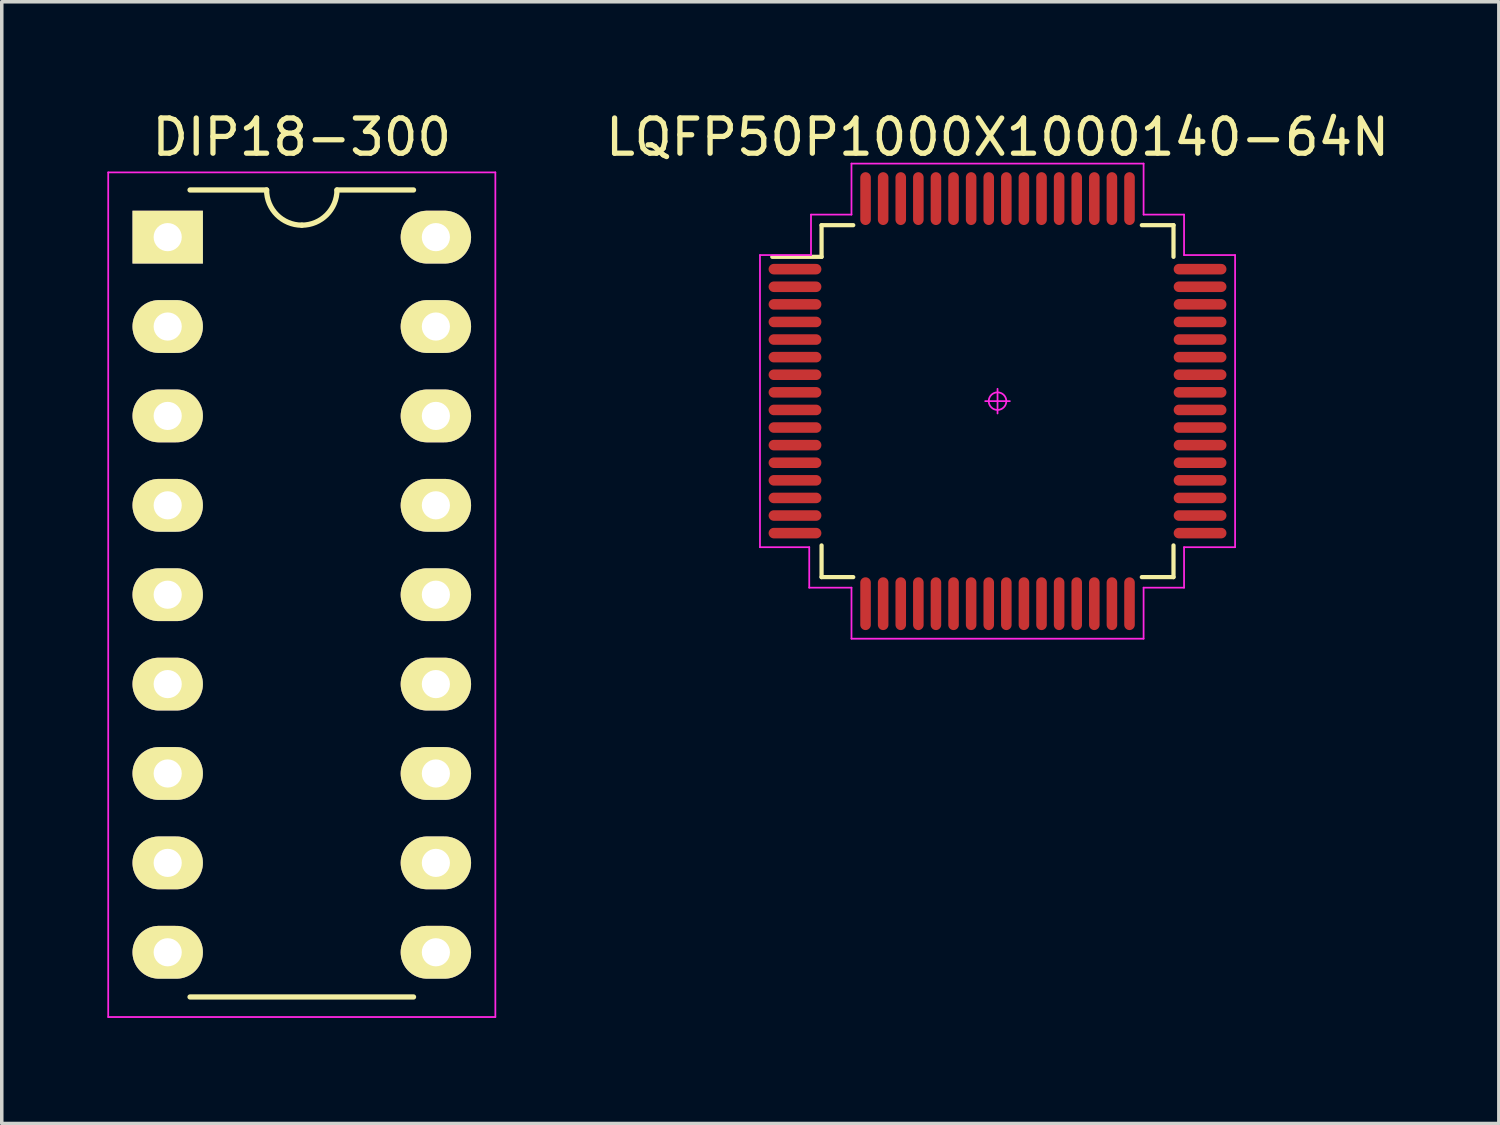
<source format=kicad_pcb>
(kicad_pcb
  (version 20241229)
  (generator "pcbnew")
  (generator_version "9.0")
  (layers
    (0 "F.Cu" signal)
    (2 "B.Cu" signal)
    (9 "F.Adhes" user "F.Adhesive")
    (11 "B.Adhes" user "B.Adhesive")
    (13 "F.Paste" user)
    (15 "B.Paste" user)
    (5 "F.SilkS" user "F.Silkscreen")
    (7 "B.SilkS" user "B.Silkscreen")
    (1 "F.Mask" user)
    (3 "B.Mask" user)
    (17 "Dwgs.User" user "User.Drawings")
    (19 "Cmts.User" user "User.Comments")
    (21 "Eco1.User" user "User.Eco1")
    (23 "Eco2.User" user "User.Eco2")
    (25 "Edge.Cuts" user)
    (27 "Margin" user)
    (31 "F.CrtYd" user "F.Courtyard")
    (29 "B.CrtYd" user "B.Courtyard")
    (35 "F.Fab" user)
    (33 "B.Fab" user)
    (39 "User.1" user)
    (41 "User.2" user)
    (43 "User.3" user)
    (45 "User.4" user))
  (footprint "DIP18-300"
    (layer "F.Cu")
    (at 5.525 13.848)
    (property "Reference" "DIP18-300" (at 0 -13 0) (layer "F.SilkS") (effects (font (size 1 1) (thickness 0.15))))
    (attr through_hole)
    (fp_line (start -3.175 11.43) (end 3.175 11.43) (stroke (width 0.15) (type solid)) (layer "F.SilkS"))
    (fp_line (start -1 -11.5) (end -3.175 -11.5) (stroke (width 0.15) (type solid)) (layer "F.SilkS"))
    (fp_line (start 1 -11.5) (end 3.175 -11.5) (stroke (width 0.15) (type solid)) (layer "F.SilkS"))
    (fp_arc (start 0 -10.5) (mid -0.707107 -10.792893) (end -1 -11.5) (stroke (width 0.15) (type solid)) (layer "F.SilkS"))
    (fp_arc (start 1 -11.5) (mid 0.707107 -10.792893) (end 0 -10.5) (stroke (width 0.15) (type solid)) (layer "F.SilkS"))
    (fp_line (start -5.5 -12) (end 5.5 -12) (stroke (width 0.05) (type solid)) (layer "F.CrtYd"))
    (fp_line (start -5.5 12) (end -5.5 -12) (stroke (width 0.05) (type solid)) (layer "F.CrtYd"))
    (fp_line (start 5.5 -12) (end 5.5 12) (stroke (width 0.05) (type solid)) (layer "F.CrtYd"))
    (fp_line (start 5.5 12) (end -5.5 12) (stroke (width 0.05) (type solid)) (layer "F.CrtYd"))
    (pad "1" thru_hole rect (at -3.81 -10.16) (size 2 1.5) (drill 0.8) (layers "*.Cu" "*.Mask" "F.SilkS"))
    (pad "2" thru_hole oval (at -3.81 -7.62) (size 2 1.5) (drill 0.8) (layers "*.Cu" "*.Mask" "F.SilkS"))
    (pad "3" thru_hole oval (at -3.81 -5.08) (size 2 1.5) (drill 0.8) (layers "*.Cu" "*.Mask" "F.SilkS"))
    (pad "4" thru_hole oval (at -3.81 -2.54) (size 2 1.5) (drill 0.8) (layers "*.Cu" "*.Mask" "F.SilkS"))
    (pad "5" thru_hole oval (at -3.81 0) (size 2 1.5) (drill 0.8) (layers "*.Cu" "*.Mask" "F.SilkS"))
    (pad "6" thru_hole oval (at -3.81 2.54) (size 2 1.5) (drill 0.8) (layers "*.Cu" "*.Mask" "F.SilkS"))
    (pad "7" thru_hole oval (at -3.81 5.08) (size 2 1.5) (drill 0.8) (layers "*.Cu" "*.Mask" "F.SilkS"))
    (pad "8" thru_hole oval (at -3.81 7.62) (size 2 1.5) (drill 0.8) (layers "*.Cu" "*.Mask" "F.SilkS"))
    (pad "9" thru_hole oval (at -3.81 10.16) (size 2 1.5) (drill 0.8) (layers "*.Cu" "*.Mask" "F.SilkS"))
    (pad "10" thru_hole oval (at 3.81 10.16) (size 2 1.5) (drill 0.8) (layers "*.Cu" "*.Mask" "F.SilkS"))
    (pad "11" thru_hole oval (at 3.81 7.62) (size 2 1.5) (drill 0.8) (layers "*.Cu" "*.Mask" "F.SilkS"))
    (pad "12" thru_hole oval (at 3.81 5.08) (size 2 1.5) (drill 0.8) (layers "*.Cu" "*.Mask" "F.SilkS"))
    (pad "13" thru_hole oval (at 3.81 2.54) (size 2 1.5) (drill 0.8) (layers "*.Cu" "*.Mask" "F.SilkS"))
    (pad "14" thru_hole oval (at 3.81 0) (size 2 1.5) (drill 0.8) (layers "*.Cu" "*.Mask" "F.SilkS"))
    (pad "15" thru_hole oval (at 3.81 -2.54) (size 2 1.5) (drill 0.8) (layers "*.Cu" "*.Mask" "F.SilkS"))
    (pad "16" thru_hole oval (at 3.81 -5.08) (size 2 1.5) (drill 0.8) (layers "*.Cu" "*.Mask" "F.SilkS"))
    (pad "17" thru_hole oval (at 3.81 -7.62) (size 2 1.5) (drill 0.8) (layers "*.Cu" "*.Mask" "F.SilkS"))
    (pad "18" thru_hole oval (at 3.81 -10.16) (size 2 1.5) (drill 0.8) (layers "*.Cu" "*.Mask" "F.SilkS")))
  (footprint "LQFP50P1000X1000140-64N"
    (layer "F.Cu")
    (at 25.294 8.348)
    (property "Reference" "LQFP50P1000X1000140-64N" (at 0 -7.5 0) (layer "F.SilkS") (effects (font (size 1 1) (thickness 0.15))))
    (attr through_hole)
    (fp_line (start -5 -5) (end -5 -4.1) (stroke (width 0.12) (type solid)) (layer "F.SilkS"))
    (fp_line (start -5 -4.1) (end -6.4 -4.1) (stroke (width 0.12) (type solid)) (layer "F.SilkS"))
    (fp_line (start -5 5) (end -5 4.1) (stroke (width 0.12) (type solid)) (layer "F.SilkS"))
    (fp_line (start -5 5) (end -4.1 5) (stroke (width 0.12) (type solid)) (layer "F.SilkS"))
    (fp_line (start -4.1 -5) (end -5 -5) (stroke (width 0.12) (type solid)) (layer "F.SilkS"))
    (fp_line (start 5 -5) (end 4.1 -5) (stroke (width 0.12) (type solid)) (layer "F.SilkS"))
    (fp_line (start 5 -5) (end 5 -4.1) (stroke (width 0.12) (type solid)) (layer "F.SilkS"))
    (fp_line (start 5 5) (end 4.1 5) (stroke (width 0.12) (type solid)) (layer "F.SilkS"))
    (fp_line (start 5 5) (end 5 4.1) (stroke (width 0.12) (type solid)) (layer "F.SilkS"))
    (fp_line (start -6.75 -4.15) (end -6.75 4.15) (stroke (width 0.05) (type solid)) (layer "F.CrtYd"))
    (fp_line (start -6.75 4.15) (end -5.35 4.15) (stroke (width 0.05) (type solid)) (layer "F.CrtYd"))
    (fp_line (start -5.35 4.15) (end -5.35 5.3) (stroke (width 0.05) (type solid)) (layer "F.CrtYd"))
    (fp_line (start -5.35 5.3) (end -4.15 5.3) (stroke (width 0.05) (type solid)) (layer "F.CrtYd"))
    (fp_line (start -5.3 -5.3) (end -5.3 -4.15) (stroke (width 0.05) (type solid)) (layer "F.CrtYd"))
    (fp_line (start -5.3 -4.15) (end -6.75 -4.15) (stroke (width 0.05) (type solid)) (layer "F.CrtYd"))
    (fp_line (start -4.15 -6.75) (end -4.15 -5.3) (stroke (width 0.05) (type solid)) (layer "F.CrtYd"))
    (fp_line (start -4.15 -5.3) (end -5.3 -5.3) (stroke (width 0.05) (type solid)) (layer "F.CrtYd"))
    (fp_line (start -4.15 5.3) (end -4.15 6.75) (stroke (width 0.05) (type solid)) (layer "F.CrtYd"))
    (fp_line (start -4.15 6.75) (end 4.15 6.75) (stroke (width 0.05) (type solid)) (layer "F.CrtYd"))
    (fp_line (start 0 -0.35) (end 0 0.35) (stroke (width 0.05) (type solid)) (layer "F.CrtYd"))
    (fp_line (start 0.35 0) (end -0.35 0) (stroke (width 0.05) (type solid)) (layer "F.CrtYd"))
    (fp_line (start 4.15 -6.75) (end -4.15 -6.75) (stroke (width 0.05) (type solid)) (layer "F.CrtYd"))
    (fp_line (start 4.15 -5.3) (end 4.15 -6.75) (stroke (width 0.05) (type solid)) (layer "F.CrtYd"))
    (fp_line (start 4.15 5.3) (end 5.3 5.3) (stroke (width 0.05) (type solid)) (layer "F.CrtYd"))
    (fp_line (start 4.15 6.75) (end 4.15 5.3) (stroke (width 0.05) (type solid)) (layer "F.CrtYd"))
    (fp_line (start 5.3 -5.3) (end 4.15 -5.3) (stroke (width 0.05) (type solid)) (layer "F.CrtYd"))
    (fp_line (start 5.3 -4.15) (end 5.3 -5.3) (stroke (width 0.05) (type solid)) (layer "F.CrtYd"))
    (fp_line (start 5.3 4.15) (end 6.75 4.15) (stroke (width 0.05) (type solid)) (layer "F.CrtYd"))
    (fp_line (start 5.3 5.3) (end 5.3 4.15) (stroke (width 0.05) (type solid)) (layer "F.CrtYd"))
    (fp_line (start 6.75 -4.15) (end 5.3 -4.15) (stroke (width 0.05) (type solid)) (layer "F.CrtYd"))
    (fp_line (start 6.75 4.15) (end 6.75 -4.15) (stroke (width 0.05) (type solid)) (layer "F.CrtYd"))
    (fp_circle (center 0 0) (end 0.25 0) (stroke (width 0.05) (type solid)) (fill no) (layer "F.CrtYd"))
    (pad "1" smd oval (at -5.755 -3.75 90) (size 0.3 1.5) (layers "F.Cu" "F.Mask" "F.Paste"))
    (pad "2" smd oval (at -5.755 -3.25 90) (size 0.3 1.5) (layers "F.Cu" "F.Mask" "F.Paste"))
    (pad "3" smd oval (at -5.755 -2.75 90) (size 0.3 1.5) (layers "F.Cu" "F.Mask" "F.Paste"))
    (pad "4" smd oval (at -5.755 -2.25 90) (size 0.3 1.5) (layers "F.Cu" "F.Mask" "F.Paste"))
    (pad "5" smd oval (at -5.755 -1.75 90) (size 0.3 1.5) (layers "F.Cu" "F.Mask" "F.Paste"))
    (pad "6" smd oval (at -5.755 -1.25 90) (size 0.3 1.5) (layers "F.Cu" "F.Mask" "F.Paste"))
    (pad "7" smd oval (at -5.755 -0.75 90) (size 0.3 1.5) (layers "F.Cu" "F.Mask" "F.Paste"))
    (pad "8" smd oval (at -5.755 -0.25 90) (size 0.3 1.5) (layers "F.Cu" "F.Mask" "F.Paste"))
    (pad "9" smd oval (at -5.755 0.25 90) (size 0.3 1.5) (layers "F.Cu" "F.Mask" "F.Paste"))
    (pad "10" smd oval (at -5.755 0.75 90) (size 0.3 1.5) (layers "F.Cu" "F.Mask" "F.Paste"))
    (pad "11" smd oval (at -5.755 1.25 90) (size 0.3 1.5) (layers "F.Cu" "F.Mask" "F.Paste"))
    (pad "12" smd oval (at -5.755 1.75 90) (size 0.3 1.5) (layers "F.Cu" "F.Mask" "F.Paste"))
    (pad "13" smd oval (at -5.755 2.25 90) (size 0.3 1.5) (layers "F.Cu" "F.Mask" "F.Paste"))
    (pad "14" smd oval (at -5.755 2.75 90) (size 0.3 1.5) (layers "F.Cu" "F.Mask" "F.Paste"))
    (pad "15" smd oval (at -5.755 3.25 90) (size 0.3 1.5) (layers "F.Cu" "F.Mask" "F.Paste"))
    (pad "16" smd oval (at -5.755 3.75 90) (size 0.3 1.5) (layers "F.Cu" "F.Mask" "F.Paste"))
    (pad "17" smd oval (at -3.75 5.755) (size 0.3 1.5) (layers "F.Cu" "F.Mask" "F.Paste"))
    (pad "18" smd oval (at -3.25 5.755) (size 0.3 1.5) (layers "F.Cu" "F.Mask" "F.Paste"))
    (pad "19" smd oval (at -2.75 5.755) (size 0.3 1.5) (layers "F.Cu" "F.Mask" "F.Paste"))
    (pad "20" smd oval (at -2.25 5.755) (size 0.3 1.5) (layers "F.Cu" "F.Mask" "F.Paste"))
    (pad "21" smd oval (at -1.75 5.755) (size 0.3 1.5) (layers "F.Cu" "F.Mask" "F.Paste"))
    (pad "22" smd oval (at -1.25 5.755) (size 0.3 1.5) (layers "F.Cu" "F.Mask" "F.Paste"))
    (pad "23" smd oval (at -0.75 5.755) (size 0.3 1.5) (layers "F.Cu" "F.Mask" "F.Paste"))
    (pad "24" smd oval (at -0.25 5.755) (size 0.3 1.5) (layers "F.Cu" "F.Mask" "F.Paste"))
    (pad "25" smd oval (at 0.25 5.755) (size 0.3 1.5) (layers "F.Cu" "F.Mask" "F.Paste"))
    (pad "26" smd oval (at 0.75 5.755) (size 0.3 1.5) (layers "F.Cu" "F.Mask" "F.Paste"))
    (pad "27" smd oval (at 1.25 5.755) (size 0.3 1.5) (layers "F.Cu" "F.Mask" "F.Paste"))
    (pad "28" smd oval (at 1.75 5.755) (size 0.3 1.5) (layers "F.Cu" "F.Mask" "F.Paste"))
    (pad "29" smd oval (at 2.25 5.755) (size 0.3 1.5) (layers "F.Cu" "F.Mask" "F.Paste"))
    (pad "30" smd oval (at 2.75 5.755) (size 0.3 1.5) (layers "F.Cu" "F.Mask" "F.Paste"))
    (pad "31" smd oval (at 3.25 5.755) (size 0.3 1.5) (layers "F.Cu" "F.Mask" "F.Paste"))
    (pad "32" smd oval (at 3.75 5.755) (size 0.3 1.5) (layers "F.Cu" "F.Mask" "F.Paste"))
    (pad "33" smd oval (at 5.755 3.75 90) (size 0.3 1.5) (layers "F.Cu" "F.Mask" "F.Paste"))
    (pad "34" smd oval (at 5.755 3.25 90) (size 0.3 1.5) (layers "F.Cu" "F.Mask" "F.Paste"))
    (pad "35" smd oval (at 5.755 2.75 90) (size 0.3 1.5) (layers "F.Cu" "F.Mask" "F.Paste"))
    (pad "36" smd oval (at 5.755 2.25 90) (size 0.3 1.5) (layers "F.Cu" "F.Mask" "F.Paste"))
    (pad "37" smd oval (at 5.755 1.75 90) (size 0.3 1.5) (layers "F.Cu" "F.Mask" "F.Paste"))
    (pad "38" smd oval (at 5.755 1.25 90) (size 0.3 1.5) (layers "F.Cu" "F.Mask" "F.Paste"))
    (pad "39" smd oval (at 5.755 0.75 90) (size 0.3 1.5) (layers "F.Cu" "F.Mask" "F.Paste"))
    (pad "40" smd oval (at 5.755 0.25 90) (size 0.3 1.5) (layers "F.Cu" "F.Mask" "F.Paste"))
    (pad "41" smd oval (at 5.755 -0.25 90) (size 0.3 1.5) (layers "F.Cu" "F.Mask" "F.Paste"))
    (pad "42" smd oval (at 5.755 -0.75 90) (size 0.3 1.5) (layers "F.Cu" "F.Mask" "F.Paste"))
    (pad "43" smd oval (at 5.755 -1.25 90) (size 0.3 1.5) (layers "F.Cu" "F.Mask" "F.Paste"))
    (pad "44" smd oval (at 5.755 -1.75 90) (size 0.3 1.5) (layers "F.Cu" "F.Mask" "F.Paste"))
    (pad "45" smd oval (at 5.755 -2.25 90) (size 0.3 1.5) (layers "F.Cu" "F.Mask" "F.Paste"))
    (pad "46" smd oval (at 5.755 -2.75 90) (size 0.3 1.5) (layers "F.Cu" "F.Mask" "F.Paste"))
    (pad "47" smd oval (at 5.755 -3.25 90) (size 0.3 1.5) (layers "F.Cu" "F.Mask" "F.Paste"))
    (pad "48" smd oval (at 5.755 -3.75 90) (size 0.3 1.5) (layers "F.Cu" "F.Mask" "F.Paste"))
    (pad "49" smd oval (at 3.75 -5.755) (size 0.3 1.5) (layers "F.Cu" "F.Mask" "F.Paste"))
    (pad "50" smd oval (at 3.25 -5.755) (size 0.3 1.5) (layers "F.Cu" "F.Mask" "F.Paste"))
    (pad "51" smd oval (at 2.75 -5.755) (size 0.3 1.5) (layers "F.Cu" "F.Mask" "F.Paste"))
    (pad "52" smd oval (at 2.25 -5.755) (size 0.3 1.5) (layers "F.Cu" "F.Mask" "F.Paste"))
    (pad "53" smd oval (at 1.75 -5.755) (size 0.3 1.5) (layers "F.Cu" "F.Mask" "F.Paste"))
    (pad "54" smd oval (at 1.25 -5.755) (size 0.3 1.5) (layers "F.Cu" "F.Mask" "F.Paste"))
    (pad "55" smd oval (at 0.75 -5.755) (size 0.3 1.5) (layers "F.Cu" "F.Mask" "F.Paste"))
    (pad "56" smd oval (at 0.25 -5.755) (size 0.3 1.5) (layers "F.Cu" "F.Mask" "F.Paste"))
    (pad "57" smd oval (at -0.25 -5.755) (size 0.3 1.5) (layers "F.Cu" "F.Mask" "F.Paste"))
    (pad "58" smd oval (at -0.75 -5.755) (size 0.3 1.5) (layers "F.Cu" "F.Mask" "F.Paste"))
    (pad "59" smd oval (at -1.25 -5.755) (size 0.3 1.5) (layers "F.Cu" "F.Mask" "F.Paste"))
    (pad "60" smd oval (at -1.75 -5.755) (size 0.3 1.5) (layers "F.Cu" "F.Mask" "F.Paste"))
    (pad "61" smd oval (at -2.25 -5.755) (size 0.3 1.5) (layers "F.Cu" "F.Mask" "F.Paste"))
    (pad "62" smd oval (at -2.75 -5.755) (size 0.3 1.5) (layers "F.Cu" "F.Mask" "F.Paste"))
    (pad "63" smd oval (at -3.25 -5.755) (size 0.3 1.5) (layers "F.Cu" "F.Mask" "F.Paste"))
    (pad "64" smd oval (at -3.75 -5.755) (size 0.3 1.5) (layers "F.Cu" "F.Mask" "F.Paste")))
  (gr_rect
    (start -3 -3)
    (end 39.538 28.873)
    (stroke (width 0.1) (type default))
    (fill no)
    (layer "Edge.Cuts")))
</source>
